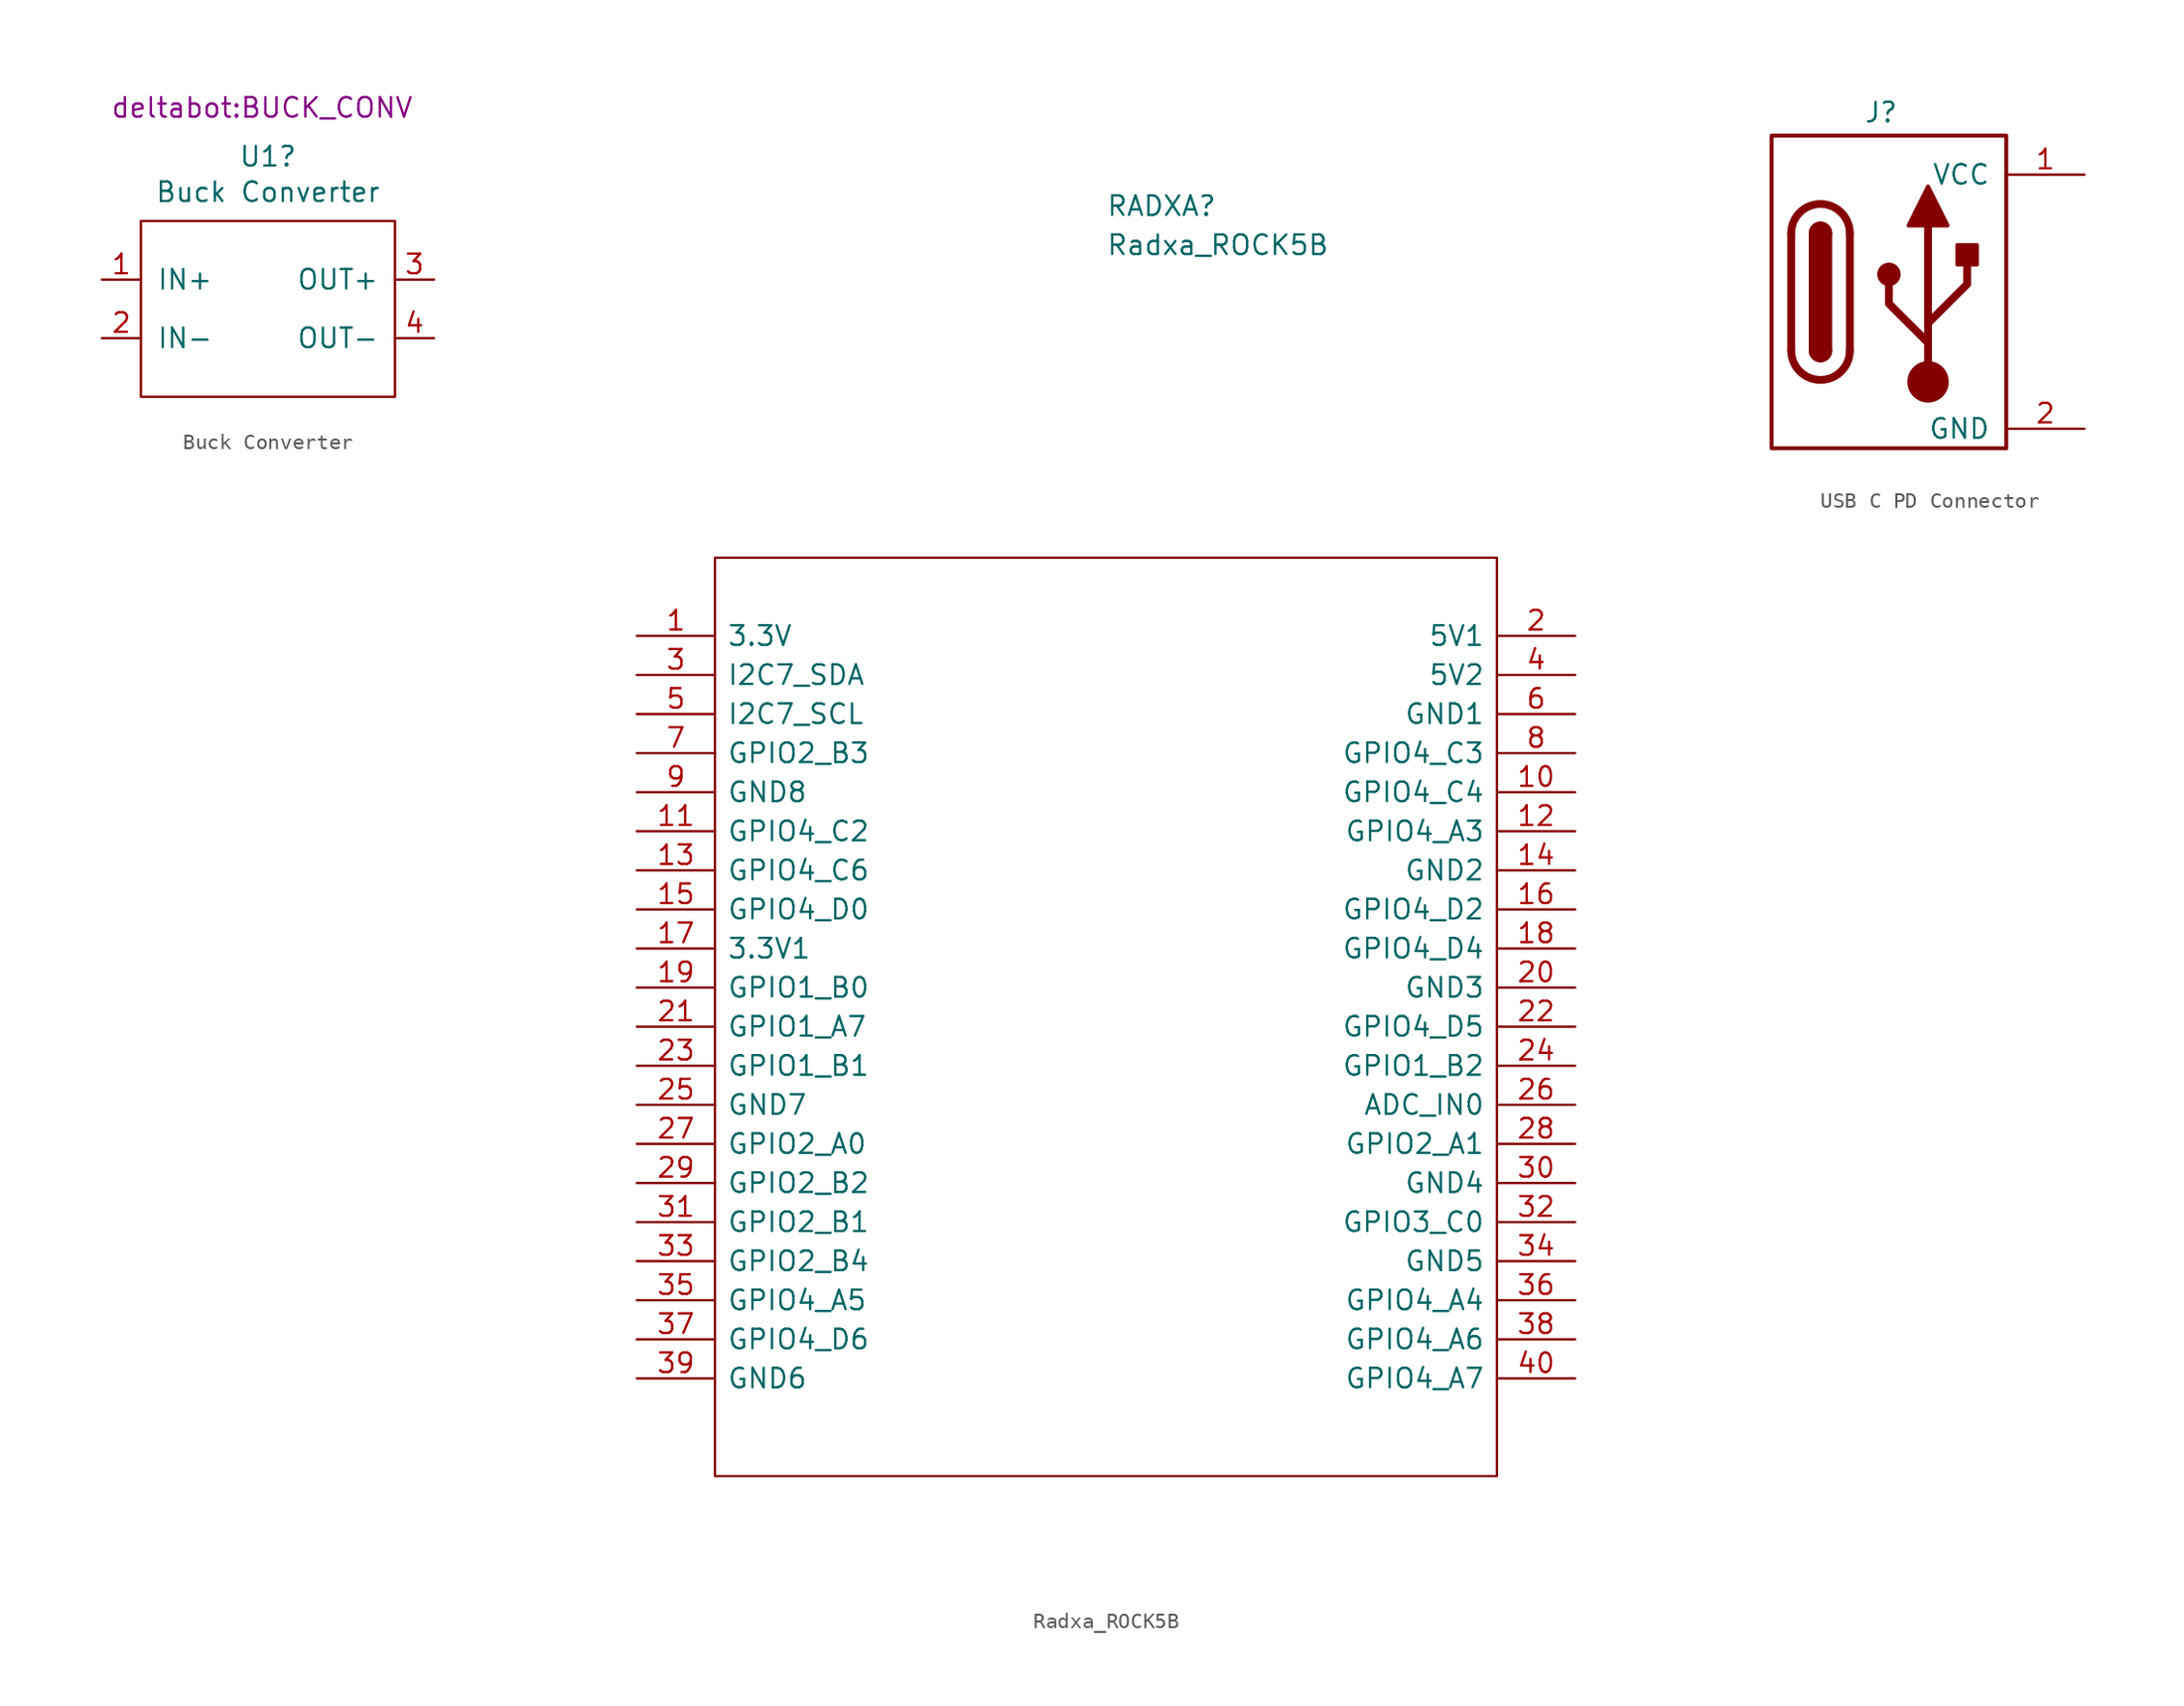
<source format=kicad_sym>
(kicad_symbol_lib
  (version 20231120)
  (generator "kicad_symbol_editor")
  (generator_version "8.0")
  (symbol "Buck Converter"
    (pin_names
      (offset 1.016))
    (property "Reference" "U1"
      (at 0.635 10.541 0)
      (effects (font (size 1.27 1.27))))
    (property "Value" "Buck Converter"
      (at 0.635 8.23 0)
      (effects (font (size 1.27 1.27))))
    (property "Footprint" "deltabot:BUCK_CONV"
      (at 0.254 13.716 0)
      (effects (font (size 1.27 1.27))))
    (symbol "Buck Converter_0_1"
      (rectangle (start -7.62 6.35) (end 8.89 -5.08) (stroke (width 0) (type solid)) (fill (type none))))
    (symbol "Buck Converter_1_1"
      (pin input line (at -10.16 2.54 0) (length 2.54) (name "IN+" (effects (font (size 1.27 1.27)))) (number "1" (effects (font (size 1.27 1.27)))))
      (pin input line (at -10.16 -1.27 0) (length 2.54) (name "IN-" (effects (font (size 1.27 1.27)))) (number "2" (effects (font (size 1.27 1.27)))))
      (pin input line (at 11.43 2.54 180) (length 2.54) (name "OUT+" (effects (font (size 1.27 1.27)))) (number "3" (effects (font (size 1.27 1.27)))))
      (pin input line (at 11.43 -1.27 180) (length 2.54) (name "OUT-" (effects (font (size 1.27 1.27)))) (number "4" (effects (font (size 1.27 1.27)))))))
  (symbol "Radxa_ROCK5B"
    (pin_names
      (offset 0.762))
    (property "Reference" "RADXA"
      (at 30.48 27.94 0)
      (effects (font (size 1.27 1.27)) (justify left)))
    (property "Value" "Radxa_ROCK5B"
      (at 30.48 25.4 0)
      (effects (font (size 1.27 1.27)) (justify left)))
    (symbol "Radxa_ROCK5B_0_1"
      (polyline (pts (xy 5.08 5.08) (xy 55.88 5.08) (xy 55.88 -54.61) (xy 5.08 -54.61) (xy 5.08 5.08)) (stroke (width 0.152) (type solid)) (fill (type none))))
    (symbol "Radxa_ROCK5B_1_0"
      (pin bidirectional line (at 0 0 0) (length 5.08) (name "3.3V" (effects (font (size 1.27 1.27)))) (number "1" (effects (font (size 1.27 1.27)))))
      (pin bidirectional line (at 60.96 -10.16 180) (length 5.08) (name "GPIO4_C4" (effects (font (size 1.27 1.27)))) (number "10" (effects (font (size 1.27 1.27)))))
      (pin bidirectional line (at 0 -12.7 0) (length 5.08) (name "GPIO4_C2" (effects (font (size 1.27 1.27)))) (number "11" (effects (font (size 1.27 1.27)))))
      (pin bidirectional line (at 60.96 -12.7 180) (length 5.08) (name "GPIO4_A3" (effects (font (size 1.27 1.27)))) (number "12" (effects (font (size 1.27 1.27)))))
      (pin bidirectional line (at 0 -15.24 0) (length 5.08) (name "GPIO4_C6" (effects (font (size 1.27 1.27)))) (number "13" (effects (font (size 1.27 1.27)))))
      (pin bidirectional line (at 60.96 -15.24 180) (length 5.08) (name "GND2" (effects (font (size 1.27 1.27)))) (number "14" (effects (font (size 1.27 1.27)))))
      (pin bidirectional line (at 0 -17.78 0) (length 5.08) (name "GPIO4_D0" (effects (font (size 1.27 1.27)))) (number "15" (effects (font (size 1.27 1.27)))))
      (pin bidirectional line (at 60.96 -17.78 180) (length 5.08) (name "GPIO4_D2" (effects (font (size 1.27 1.27)))) (number "16" (effects (font (size 1.27 1.27)))))
      (pin bidirectional line (at 0 -20.32 0) (length 5.08) (name "3.3V1" (effects (font (size 1.27 1.27)))) (number "17" (effects (font (size 1.27 1.27)))))
      (pin bidirectional line (at 60.96 -20.32 180) (length 5.08) (name "GPIO4_D4" (effects (font (size 1.27 1.27)))) (number "18" (effects (font (size 1.27 1.27)))))
      (pin bidirectional line (at 0 -22.86 0) (length 5.08) (name "GPIO1_B0" (effects (font (size 1.27 1.27)))) (number "19" (effects (font (size 1.27 1.27)))))
      (pin bidirectional line (at 60.96 0 180) (length 5.08) (name "5V1" (effects (font (size 1.27 1.27)))) (number "2" (effects (font (size 1.27 1.27)))))
      (pin bidirectional line (at 60.96 -22.86 180) (length 5.08) (name "GND3" (effects (font (size 1.27 1.27)))) (number "20" (effects (font (size 1.27 1.27)))))
      (pin bidirectional line (at 0 -25.4 0) (length 5.08) (name "GPIO1_A7" (effects (font (size 1.27 1.27)))) (number "21" (effects (font (size 1.27 1.27)))))
      (pin bidirectional line (at 60.96 -25.4 180) (length 5.08) (name "GPIO4_D5" (effects (font (size 1.27 1.27)))) (number "22" (effects (font (size 1.27 1.27)))))
      (pin bidirectional line (at 0 -27.94 0) (length 5.08) (name "GPIO1_B1" (effects (font (size 1.27 1.27)))) (number "23" (effects (font (size 1.27 1.27)))))
      (pin bidirectional line (at 60.96 -27.94 180) (length 5.08) (name "GPIO1_B2" (effects (font (size 1.27 1.27)))) (number "24" (effects (font (size 1.27 1.27)))))
      (pin bidirectional line (at 0 -30.48 0) (length 5.08) (name "GND7" (effects (font (size 1.27 1.27)))) (number "25" (effects (font (size 1.27 1.27)))))
      (pin bidirectional line (at 60.96 -30.48 180) (length 5.08) (name "ADC_IN0" (effects (font (size 1.27 1.27)))) (number "26" (effects (font (size 1.27 1.27)))))
      (pin bidirectional line (at 0 -33.02 0) (length 5.08) (name "GPIO2_A0" (effects (font (size 1.27 1.27)))) (number "27" (effects (font (size 1.27 1.27)))))
      (pin bidirectional line (at 60.96 -33.02 180) (length 5.08) (name "GPIO2_A1" (effects (font (size 1.27 1.27)))) (number "28" (effects (font (size 1.27 1.27)))))
      (pin bidirectional line (at 0 -35.56 0) (length 5.08) (name "GPIO2_B2" (effects (font (size 1.27 1.27)))) (number "29" (effects (font (size 1.27 1.27)))))
      (pin bidirectional line (at 0 -2.54 0) (length 5.08) (name "I2C7_SDA" (effects (font (size 1.27 1.27)))) (number "3" (effects (font (size 1.27 1.27)))))
      (pin bidirectional line (at 60.96 -35.56 180) (length 5.08) (name "GND4" (effects (font (size 1.27 1.27)))) (number "30" (effects (font (size 1.27 1.27)))))
      (pin bidirectional line (at 0 -38.1 0) (length 5.08) (name "GPIO2_B1" (effects (font (size 1.27 1.27)))) (number "31" (effects (font (size 1.27 1.27)))))
      (pin bidirectional line (at 60.96 -38.1 180) (length 5.08) (name "GPIO3_C0" (effects (font (size 1.27 1.27)))) (number "32" (effects (font (size 1.27 1.27)))))
      (pin bidirectional line (at 0 -40.64 0) (length 5.08) (name "GPIO2_B4" (effects (font (size 1.27 1.27)))) (number "33" (effects (font (size 1.27 1.27)))))
      (pin bidirectional line (at 60.96 -40.64 180) (length 5.08) (name "GND5" (effects (font (size 1.27 1.27)))) (number "34" (effects (font (size 1.27 1.27)))))
      (pin bidirectional line (at 0 -43.18 0) (length 5.08) (name "GPIO4_A5" (effects (font (size 1.27 1.27)))) (number "35" (effects (font (size 1.27 1.27)))))
      (pin bidirectional line (at 60.96 -43.18 180) (length 5.08) (name "GPIO4_A4" (effects (font (size 1.27 1.27)))) (number "36" (effects (font (size 1.27 1.27)))))
      (pin bidirectional line (at 0 -45.72 0) (length 5.08) (name "GPIO4_D6" (effects (font (size 1.27 1.27)))) (number "37" (effects (font (size 1.27 1.27)))))
      (pin bidirectional line (at 60.96 -45.72 180) (length 5.08) (name "GPIO4_A6" (effects (font (size 1.27 1.27)))) (number "38" (effects (font (size 1.27 1.27)))))
      (pin bidirectional line (at 0 -48.26 0) (length 5.08) (name "GND6" (effects (font (size 1.27 1.27)))) (number "39" (effects (font (size 1.27 1.27)))))
      (pin bidirectional line (at 60.96 -2.54 180) (length 5.08) (name "5V2" (effects (font (size 1.27 1.27)))) (number "4" (effects (font (size 1.27 1.27)))))
      (pin bidirectional line (at 60.96 -48.26 180) (length 5.08) (name "GPIO4_A7" (effects (font (size 1.27 1.27)))) (number "40" (effects (font (size 1.27 1.27)))))
      (pin bidirectional line (at 0 -5.08 0) (length 5.08) (name "I2C7_SCL" (effects (font (size 1.27 1.27)))) (number "5" (effects (font (size 1.27 1.27)))))
      (pin bidirectional line (at 60.96 -5.08 180) (length 5.08) (name "GND1" (effects (font (size 1.27 1.27)))) (number "6" (effects (font (size 1.27 1.27)))))
      (pin bidirectional line (at 0 -7.62 0) (length 5.08) (name "GPIO2_B3" (effects (font (size 1.27 1.27)))) (number "7" (effects (font (size 1.27 1.27)))))
      (pin bidirectional line (at 60.96 -7.62 180) (length 5.08) (name "GPIO4_C3" (effects (font (size 1.27 1.27)))) (number "8" (effects (font (size 1.27 1.27)))))
      (pin bidirectional line (at 0 -10.16 0) (length 5.08) (name "GND8" (effects (font (size 1.27 1.27)))) (number "9" (effects (font (size 1.27 1.27)))))))
  (symbol "USB C PD Connector"
    (pin_names
      (offset 1.016))
    (property "Reference" "J"
      (at -3.048 13.462 0)
      (effects (font (size 1.27 1.27)) (justify bottom)))
    (property "Value" ""
      (at -2.54 13.716 0)
      (effects (font (size 1.27 1.27)) (justify bottom)))
    (symbol "USB C PD Connector_0_1"
      (arc (start -8.89 -1.27) (mid -6.985 -3.1667) (end -5.08 -1.27) (stroke (width 0.508) (type default)) (fill (type none)))
      (arc (start -7.62 -1.27) (mid -6.985 -1.9023) (end -6.35 -1.27) (stroke (width 0.254) (type default)) (fill (type none)))
      (arc (start -7.62 -1.27) (mid -6.985 -1.9023) (end -6.35 -1.27) (stroke (width 0.254) (type default)) (fill (type outline)))
      (rectangle (start -7.62 -1.27) (end -6.35 6.35) (stroke (width 0.254) (type default)) (fill (type outline)))
      (arc (start -6.35 6.35) (mid -6.985 6.9823) (end -7.62 6.35) (stroke (width 0.254) (type default)) (fill (type none)))
      (arc (start -6.35 6.35) (mid -6.985 6.9823) (end -7.62 6.35) (stroke (width 0.254) (type default)) (fill (type outline)))
      (arc (start -5.08 6.35) (mid -6.985 8.2467) (end -8.89 6.35) (stroke (width 0.508) (type default)) (fill (type none)))
      (circle (center -2.54 3.683) (radius 0.635) (stroke (width 0.254) (type default)) (fill (type outline)))
      (circle (center 0 -3.302) (radius 1.27) (stroke (width 0) (type default)) (fill (type outline)))
      (polyline (pts (xy -8.89 -1.27) (xy -8.89 6.35)) (stroke (width 0.508) (type default)) (fill (type none)))
      (polyline (pts (xy -5.08 6.35) (xy -5.08 -1.27)) (stroke (width 0.508) (type default)) (fill (type none)))
      (polyline (pts (xy 0 -3.302) (xy 0 6.858)) (stroke (width 0.508) (type default)) (fill (type none)))
      (polyline (pts (xy 0 -0.762) (xy -2.54 1.778) (xy -2.54 3.048)) (stroke (width 0.508) (type default)) (fill (type none)))
      (polyline (pts (xy 0 0.508) (xy 2.54 3.048) (xy 2.54 4.318)) (stroke (width 0.508) (type default)) (fill (type none)))
      (polyline (pts (xy -1.27 6.858) (xy 0 9.398) (xy 1.27 6.858) (xy -1.27 6.858)) (stroke (width 0.254) (type default)) (fill (type outline)))
      (rectangle (start 1.905 4.318) (end 3.175 5.588) (stroke (width 0.254) (type default)) (fill (type outline))))
    (symbol "USB C PD Connector_1_1"
      (rectangle (start -10.16 12.7) (end 5.08 -7.62) (stroke (width 0.254) (type default)) (fill (type none)))
      (pin passive line (at 10.16 10.16 180) (length 5.08) (name "VCC" (effects (font (size 1.27 1.27)))) (number "1" (effects (font (size 1.27 1.27)))))
      (pin passive line (at 10.16 -6.35 180) (length 5.08) (name "GND" (effects (font (size 1.27 1.27)))) (number "2" (effects (font (size 1.27 1.27))))))))
</source>
